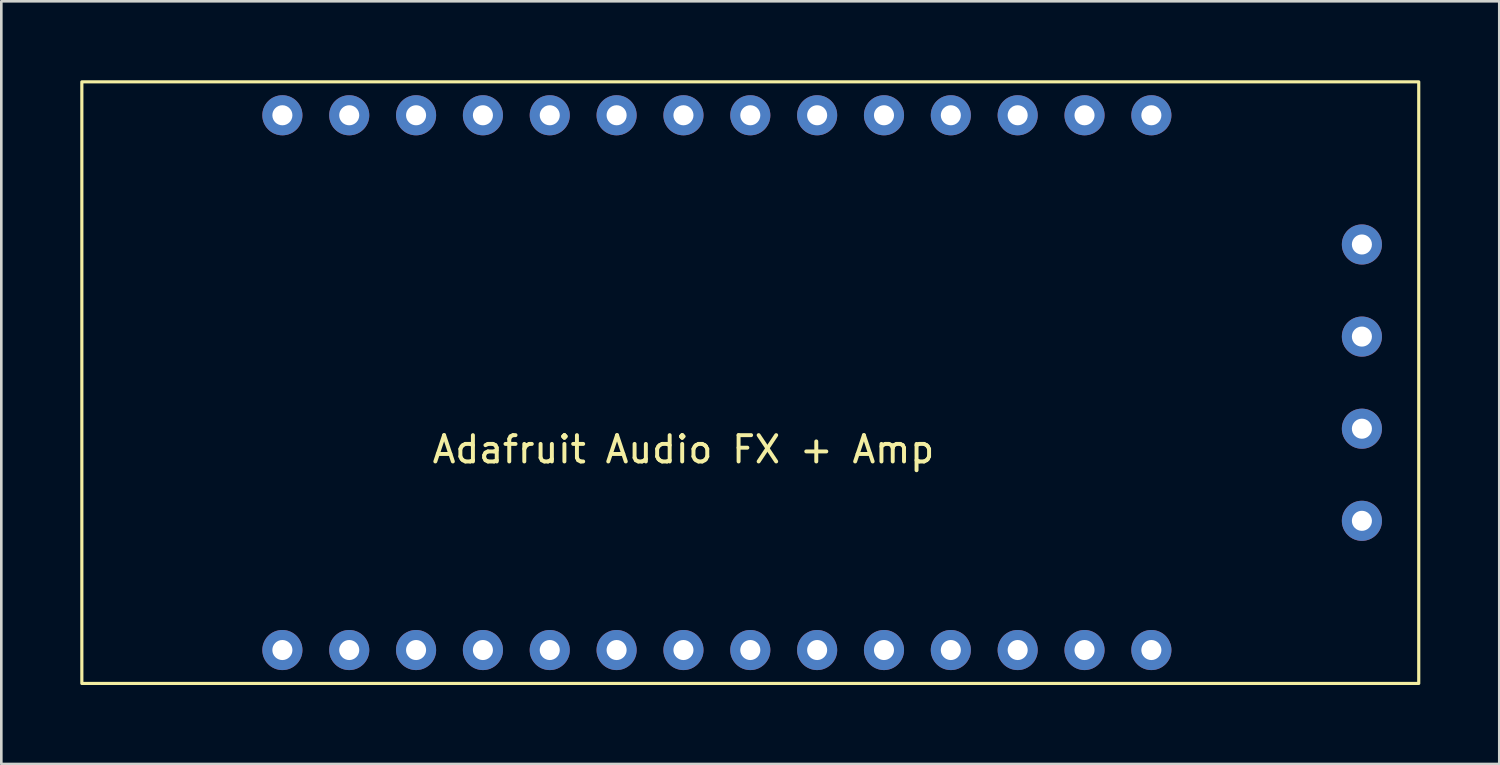
<source format=kicad_pcb>
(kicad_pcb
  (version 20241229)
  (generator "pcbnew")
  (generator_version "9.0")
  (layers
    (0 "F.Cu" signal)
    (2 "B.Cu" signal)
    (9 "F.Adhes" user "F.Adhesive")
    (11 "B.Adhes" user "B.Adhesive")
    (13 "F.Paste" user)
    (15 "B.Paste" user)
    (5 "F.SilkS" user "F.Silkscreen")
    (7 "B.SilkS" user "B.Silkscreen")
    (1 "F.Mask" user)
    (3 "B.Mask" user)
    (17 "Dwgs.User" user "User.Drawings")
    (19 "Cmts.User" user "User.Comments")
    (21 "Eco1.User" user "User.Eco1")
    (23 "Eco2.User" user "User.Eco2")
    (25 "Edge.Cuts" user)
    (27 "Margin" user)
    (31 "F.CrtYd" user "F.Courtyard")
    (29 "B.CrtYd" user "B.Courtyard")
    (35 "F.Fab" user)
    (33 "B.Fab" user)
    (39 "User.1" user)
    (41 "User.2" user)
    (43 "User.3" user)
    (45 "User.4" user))
  (footprint "Adafruit Audio FX + Amp"
    (layer "F.Cu")
    (at 7.68 11.49)
    (property "Reference" "Adafruit Audio FX + Amp" (at 15.24 2.54 0) (unlocked yes) (layer "F.SilkS") (effects (font (size 1 1) (thickness 0.15))))
    (attr through_hole)
    (fp_rect (start -7.62 -11.43) (end 43.18 11.43) (stroke (width 0.12) (type solid)) (fill no) (layer "F.SilkS"))
    (pad "1" thru_hole circle (at 0 10.16) (size 1.524 1.524) (drill 0.762) (layers "*.Cu" "*.Mask"))
    (pad "2" thru_hole circle (at 2.54 10.16) (size 1.524 1.524) (drill 0.762) (layers "*.Cu" "*.Mask"))
    (pad "3" thru_hole circle (at 5.08 10.16) (size 1.524 1.524) (drill 0.762) (layers "*.Cu" "*.Mask"))
    (pad "4" thru_hole circle (at 7.62 10.16) (size 1.524 1.524) (drill 0.762) (layers "*.Cu" "*.Mask"))
    (pad "5" thru_hole circle (at 10.16 10.16) (size 1.524 1.524) (drill 0.762) (layers "*.Cu" "*.Mask"))
    (pad "6" thru_hole circle (at 12.7 10.16) (size 1.524 1.524) (drill 0.762) (layers "*.Cu" "*.Mask"))
    (pad "7" thru_hole circle (at 15.24 10.16) (size 1.524 1.524) (drill 0.762) (layers "*.Cu" "*.Mask"))
    (pad "8" thru_hole circle (at 17.78 10.16) (size 1.524 1.524) (drill 0.762) (layers "*.Cu" "*.Mask"))
    (pad "9" thru_hole circle (at 20.32 10.16) (size 1.524 1.524) (drill 0.762) (layers "*.Cu" "*.Mask"))
    (pad "10" thru_hole circle (at 22.86 10.16) (size 1.524 1.524) (drill 0.762) (layers "*.Cu" "*.Mask"))
    (pad "11" thru_hole circle (at 25.4 10.16) (size 1.524 1.524) (drill 0.762) (layers "*.Cu" "*.Mask"))
    (pad "12" thru_hole circle (at 27.94 10.16) (size 1.524 1.524) (drill 0.762) (layers "*.Cu" "*.Mask"))
    (pad "13" thru_hole circle (at 30.48 10.16) (size 1.524 1.524) (drill 0.762) (layers "*.Cu" "*.Mask"))
    (pad "14" thru_hole circle (at 33.02 10.16) (size 1.524 1.524) (drill 0.762) (layers "*.Cu" "*.Mask"))
    (pad "15" thru_hole circle (at 33.02 -10.16) (size 1.524 1.524) (drill 0.762) (layers "*.Cu" "*.Mask"))
    (pad "16" thru_hole circle (at 30.48 -10.16) (size 1.524 1.524) (drill 0.762) (layers "*.Cu" "*.Mask"))
    (pad "17" thru_hole circle (at 27.94 -10.16) (size 1.524 1.524) (drill 0.762) (layers "*.Cu" "*.Mask"))
    (pad "18" thru_hole circle (at 25.4 -10.16) (size 1.524 1.524) (drill 0.762) (layers "*.Cu" "*.Mask"))
    (pad "19" thru_hole circle (at 22.86 -10.16) (size 1.524 1.524) (drill 0.762) (layers "*.Cu" "*.Mask"))
    (pad "20" thru_hole circle (at 20.32 -10.16) (size 1.524 1.524) (drill 0.762) (layers "*.Cu" "*.Mask"))
    (pad "21" thru_hole circle (at 17.78 -10.16) (size 1.524 1.524) (drill 0.762) (layers "*.Cu" "*.Mask"))
    (pad "22" thru_hole circle (at 15.24 -10.16) (size 1.524 1.524) (drill 0.762) (layers "*.Cu" "*.Mask"))
    (pad "23" thru_hole circle (at 12.7 -10.16) (size 1.524 1.524) (drill 0.762) (layers "*.Cu" "*.Mask"))
    (pad "24" thru_hole circle (at 10.16 -10.16) (size 1.524 1.524) (drill 0.762) (layers "*.Cu" "*.Mask"))
    (pad "25" thru_hole circle (at 7.62 -10.16) (size 1.524 1.524) (drill 0.762) (layers "*.Cu" "*.Mask"))
    (pad "26" thru_hole circle (at 5.08 -10.16) (size 1.524 1.524) (drill 0.762) (layers "*.Cu" "*.Mask"))
    (pad "27" thru_hole circle (at 2.54 -10.16) (size 1.524 1.524) (drill 0.762) (layers "*.Cu" "*.Mask"))
    (pad "28" thru_hole circle (at 0 -10.16) (size 1.524 1.524) (drill 0.762) (layers "*.Cu" "*.Mask"))
    (pad "29" thru_hole circle (at 41.02 5.25) (size 1.524 1.524) (drill 0.762) (layers "*.Cu" "*.Mask"))
    (pad "30" thru_hole circle (at 41.02 1.75) (size 1.524 1.524) (drill 0.762) (layers "*.Cu" "*.Mask"))
    (pad "31" thru_hole circle (at 41.02 -1.75) (size 1.524 1.524) (drill 0.762) (layers "*.Cu" "*.Mask"))
    (pad "32" thru_hole circle (at 41.02 -5.25) (size 1.524 1.524) (drill 0.762) (layers "*.Cu" "*.Mask")))
  (gr_rect
    (start -3 -3)
    (end 53.92 25.98)
    (stroke (width 0.1) (type default))
    (fill no)
    (layer "Edge.Cuts")))
</source>
